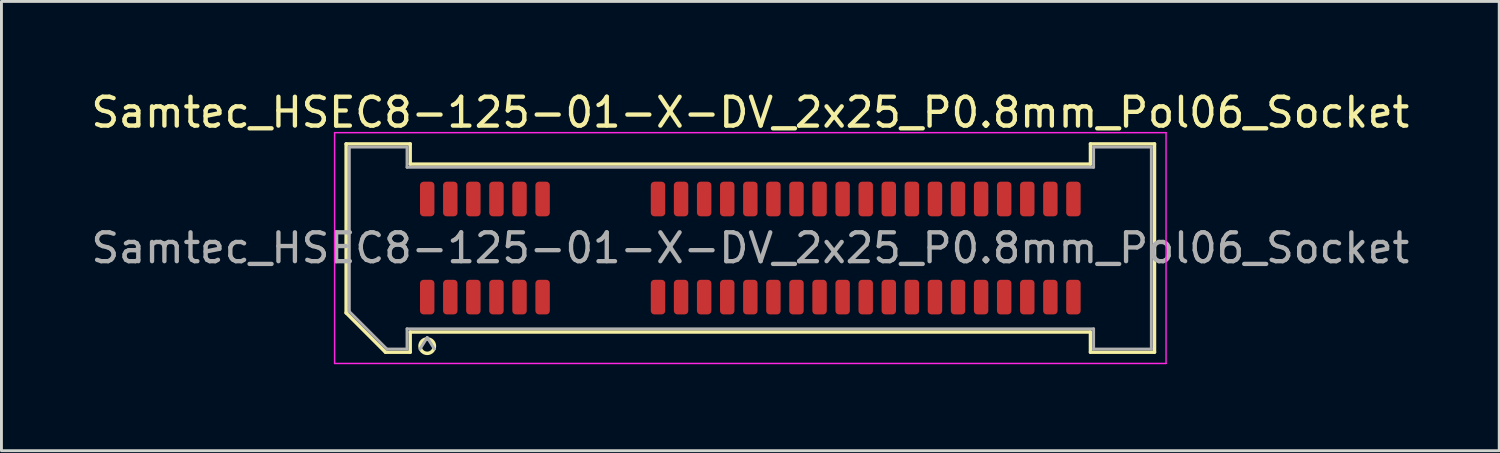
<source format=kicad_pcb>
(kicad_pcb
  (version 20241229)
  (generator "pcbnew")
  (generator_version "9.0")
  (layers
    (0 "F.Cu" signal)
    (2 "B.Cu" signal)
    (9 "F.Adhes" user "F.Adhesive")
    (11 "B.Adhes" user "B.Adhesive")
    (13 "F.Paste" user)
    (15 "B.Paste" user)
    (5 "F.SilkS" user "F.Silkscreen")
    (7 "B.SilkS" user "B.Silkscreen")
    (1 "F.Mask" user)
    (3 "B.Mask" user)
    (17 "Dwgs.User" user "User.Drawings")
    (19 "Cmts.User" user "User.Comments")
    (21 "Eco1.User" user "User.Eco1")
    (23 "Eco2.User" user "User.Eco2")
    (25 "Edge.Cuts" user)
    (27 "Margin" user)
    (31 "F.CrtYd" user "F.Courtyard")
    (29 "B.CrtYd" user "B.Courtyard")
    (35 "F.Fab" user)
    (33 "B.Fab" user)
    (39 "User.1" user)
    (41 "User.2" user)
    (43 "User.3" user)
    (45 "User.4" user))
  (footprint "Samtec_HSEC8-125-01-X-DV_2x25_P0.8mm_Pol06_Socket"
    (layer "F.Cu")
    (at 22.958 5.548)
    (property "Reference" "Samtec_HSEC8-125-01-X-DV_2x25_P0.8mm_Pol06_Socket" (at 0 -4.7 0) (layer "F.SilkS") (effects (font (size 1 1) (thickness 0.15))))
    (attr smd)
    (fp_line (start -14.01 -3.61) (end -11.79 -3.61) (stroke (width 0.12) (type solid)) (layer "F.SilkS"))
    (fp_line (start -14.01 2.246) (end -14.01 -3.61) (stroke (width 0.12) (type solid)) (layer "F.SilkS"))
    (fp_line (start -12.646 3.61) (end -14.01 2.246) (stroke (width 0.12) (type solid)) (layer "F.SilkS"))
    (fp_line (start -11.79 -3.61) (end -11.79 -2.91) (stroke (width 0.12) (type solid)) (layer "F.SilkS"))
    (fp_line (start -11.79 -2.91) (end 11.79 -2.91) (stroke (width 0.12) (type solid)) (layer "F.SilkS"))
    (fp_line (start -11.79 2.91) (end -11.79 3.61) (stroke (width 0.12) (type solid)) (layer "F.SilkS"))
    (fp_line (start -11.79 3.61) (end -12.646 3.61) (stroke (width 0.12) (type solid)) (layer "F.SilkS"))
    (fp_line (start 11.79 -3.61) (end 14.01 -3.61) (stroke (width 0.12) (type solid)) (layer "F.SilkS"))
    (fp_line (start 11.79 -2.91) (end 11.79 -3.61) (stroke (width 0.12) (type solid)) (layer "F.SilkS"))
    (fp_line (start 11.79 2.91) (end -11.79 2.91) (stroke (width 0.12) (type solid)) (layer "F.SilkS"))
    (fp_line (start 11.79 3.61) (end 11.79 2.91) (stroke (width 0.12) (type solid)) (layer "F.SilkS"))
    (fp_line (start 14.01 -3.61) (end 14.01 3.61) (stroke (width 0.12) (type solid)) (layer "F.SilkS"))
    (fp_line (start 14.01 3.61) (end 11.79 3.61) (stroke (width 0.12) (type solid)) (layer "F.SilkS"))
    (fp_arc (start -10.95 3.4) (mid -11.45 3.4) (end -10.95 3.4) (stroke (width 0.12) (type solid)) (layer "F.SilkS"))
    (fp_line (start -14.41 -4) (end -14.41 4) (stroke (width 0.05) (type solid)) (layer "F.CrtYd"))
    (fp_line (start -14.41 4) (end 14.41 4) (stroke (width 0.05) (type solid)) (layer "F.CrtYd"))
    (fp_line (start 14.41 -4) (end -14.41 -4) (stroke (width 0.05) (type solid)) (layer "F.CrtYd"))
    (fp_line (start 14.41 4) (end 14.41 -4) (stroke (width 0.05) (type solid)) (layer "F.CrtYd"))
    (fp_line (start -13.9 -3.5) (end -11.9 -3.5) (stroke (width 0.1) (type solid)) (layer "F.Fab"))
    (fp_line (start -13.9 2.2) (end -13.9 -3.5) (stroke (width 0.1) (type solid)) (layer "F.Fab"))
    (fp_line (start -12.6 3.5) (end -13.9 2.2) (stroke (width 0.1) (type solid)) (layer "F.Fab"))
    (fp_line (start -11.9 -3.5) (end -11.9 -2.8) (stroke (width 0.1) (type solid)) (layer "F.Fab"))
    (fp_line (start -11.9 -2.8) (end 11.9 -2.8) (stroke (width 0.1) (type solid)) (layer "F.Fab"))
    (fp_line (start -11.9 2.8) (end -11.9 3.5) (stroke (width 0.1) (type solid)) (layer "F.Fab"))
    (fp_line (start -11.9 3.5) (end -12.6 3.5) (stroke (width 0.1) (type solid)) (layer "F.Fab"))
    (fp_line (start -11.2 3.1) (end -11.45 3.5) (stroke (width 0.1) (type solid)) (layer "F.Fab"))
    (fp_line (start -11.2 3.1) (end -10.95 3.5) (stroke (width 0.1) (type solid)) (layer "F.Fab"))
    (fp_line (start 11.9 -3.5) (end 13.9 -3.5) (stroke (width 0.1) (type solid)) (layer "F.Fab"))
    (fp_line (start 11.9 -2.8) (end 11.9 -3.5) (stroke (width 0.1) (type solid)) (layer "F.Fab"))
    (fp_line (start 11.9 2.8) (end -11.9 2.8) (stroke (width 0.1) (type solid)) (layer "F.Fab"))
    (fp_line (start 11.9 3.5) (end 11.9 2.8) (stroke (width 0.1) (type solid)) (layer "F.Fab"))
    (fp_line (start 13.9 -3.5) (end 13.9 3.5) (stroke (width 0.1) (type solid)) (layer "F.Fab"))
    (fp_line (start 13.9 3.5) (end 11.9 3.5) (stroke (width 0.1) (type solid)) (layer "F.Fab"))
    (fp_text user "${REFERENCE}" (at 0 0 0) (layer "F.Fab") (effects (font (size 1 1) (thickness 0.15))))
    (pad "1" smd roundrect (at -11.2 1.7) (size 0.5 1.2) (layers "F.Cu" "F.Mask" "F.Paste") (roundrect_rratio 0.25))
    (pad "2" smd roundrect (at -11.2 -1.7) (size 0.5 1.2) (layers "F.Cu" "F.Mask" "F.Paste") (roundrect_rratio 0.25))
    (pad "3" smd roundrect (at -10.4 1.7) (size 0.5 1.2) (layers "F.Cu" "F.Mask" "F.Paste") (roundrect_rratio 0.25))
    (pad "4" smd roundrect (at -10.4 -1.7) (size 0.5 1.2) (layers "F.Cu" "F.Mask" "F.Paste") (roundrect_rratio 0.25))
    (pad "5" smd roundrect (at -9.6 1.7) (size 0.5 1.2) (layers "F.Cu" "F.Mask" "F.Paste") (roundrect_rratio 0.25))
    (pad "6" smd roundrect (at -9.6 -1.7) (size 0.5 1.2) (layers "F.Cu" "F.Mask" "F.Paste") (roundrect_rratio 0.25))
    (pad "7" smd roundrect (at -8.8 1.7) (size 0.5 1.2) (layers "F.Cu" "F.Mask" "F.Paste") (roundrect_rratio 0.25))
    (pad "8" smd roundrect (at -8.8 -1.7) (size 0.5 1.2) (layers "F.Cu" "F.Mask" "F.Paste") (roundrect_rratio 0.25))
    (pad "9" smd roundrect (at -8 1.7) (size 0.5 1.2) (layers "F.Cu" "F.Mask" "F.Paste") (roundrect_rratio 0.25))
    (pad "10" smd roundrect (at -8 -1.7) (size 0.5 1.2) (layers "F.Cu" "F.Mask" "F.Paste") (roundrect_rratio 0.25))
    (pad "11" smd roundrect (at -7.2 1.7) (size 0.5 1.2) (layers "F.Cu" "F.Mask" "F.Paste") (roundrect_rratio 0.25))
    (pad "12" smd roundrect (at -7.2 -1.7) (size 0.5 1.2) (layers "F.Cu" "F.Mask" "F.Paste") (roundrect_rratio 0.25))
    (pad "13" smd roundrect (at -3.2 1.7) (size 0.5 1.2) (layers "F.Cu" "F.Mask" "F.Paste") (roundrect_rratio 0.25))
    (pad "14" smd roundrect (at -3.2 -1.7) (size 0.5 1.2) (layers "F.Cu" "F.Mask" "F.Paste") (roundrect_rratio 0.25))
    (pad "15" smd roundrect (at -2.4 1.7) (size 0.5 1.2) (layers "F.Cu" "F.Mask" "F.Paste") (roundrect_rratio 0.25))
    (pad "16" smd roundrect (at -2.4 -1.7) (size 0.5 1.2) (layers "F.Cu" "F.Mask" "F.Paste") (roundrect_rratio 0.25))
    (pad "17" smd roundrect (at -1.6 1.7) (size 0.5 1.2) (layers "F.Cu" "F.Mask" "F.Paste") (roundrect_rratio 0.25))
    (pad "18" smd roundrect (at -1.6 -1.7) (size 0.5 1.2) (layers "F.Cu" "F.Mask" "F.Paste") (roundrect_rratio 0.25))
    (pad "19" smd roundrect (at -0.8 1.7) (size 0.5 1.2) (layers "F.Cu" "F.Mask" "F.Paste") (roundrect_rratio 0.25))
    (pad "20" smd roundrect (at -0.8 -1.7) (size 0.5 1.2) (layers "F.Cu" "F.Mask" "F.Paste") (roundrect_rratio 0.25))
    (pad "21" smd roundrect (at 0 1.7) (size 0.5 1.2) (layers "F.Cu" "F.Mask" "F.Paste") (roundrect_rratio 0.25))
    (pad "22" smd roundrect (at 0 -1.7) (size 0.5 1.2) (layers "F.Cu" "F.Mask" "F.Paste") (roundrect_rratio 0.25))
    (pad "23" smd roundrect (at 0.8 1.7) (size 0.5 1.2) (layers "F.Cu" "F.Mask" "F.Paste") (roundrect_rratio 0.25))
    (pad "24" smd roundrect (at 0.8 -1.7) (size 0.5 1.2) (layers "F.Cu" "F.Mask" "F.Paste") (roundrect_rratio 0.25))
    (pad "25" smd roundrect (at 1.6 1.7) (size 0.5 1.2) (layers "F.Cu" "F.Mask" "F.Paste") (roundrect_rratio 0.25))
    (pad "26" smd roundrect (at 1.6 -1.7) (size 0.5 1.2) (layers "F.Cu" "F.Mask" "F.Paste") (roundrect_rratio 0.25))
    (pad "27" smd roundrect (at 2.4 1.7) (size 0.5 1.2) (layers "F.Cu" "F.Mask" "F.Paste") (roundrect_rratio 0.25))
    (pad "28" smd roundrect (at 2.4 -1.7) (size 0.5 1.2) (layers "F.Cu" "F.Mask" "F.Paste") (roundrect_rratio 0.25))
    (pad "29" smd roundrect (at 3.2 1.7) (size 0.5 1.2) (layers "F.Cu" "F.Mask" "F.Paste") (roundrect_rratio 0.25))
    (pad "30" smd roundrect (at 3.2 -1.7) (size 0.5 1.2) (layers "F.Cu" "F.Mask" "F.Paste") (roundrect_rratio 0.25))
    (pad "31" smd roundrect (at 4 1.7) (size 0.5 1.2) (layers "F.Cu" "F.Mask" "F.Paste") (roundrect_rratio 0.25))
    (pad "32" smd roundrect (at 4 -1.7) (size 0.5 1.2) (layers "F.Cu" "F.Mask" "F.Paste") (roundrect_rratio 0.25))
    (pad "33" smd roundrect (at 4.8 1.7) (size 0.5 1.2) (layers "F.Cu" "F.Mask" "F.Paste") (roundrect_rratio 0.25))
    (pad "34" smd roundrect (at 4.8 -1.7) (size 0.5 1.2) (layers "F.Cu" "F.Mask" "F.Paste") (roundrect_rratio 0.25))
    (pad "35" smd roundrect (at 5.6 1.7) (size 0.5 1.2) (layers "F.Cu" "F.Mask" "F.Paste") (roundrect_rratio 0.25))
    (pad "36" smd roundrect (at 5.6 -1.7) (size 0.5 1.2) (layers "F.Cu" "F.Mask" "F.Paste") (roundrect_rratio 0.25))
    (pad "37" smd roundrect (at 6.4 1.7) (size 0.5 1.2) (layers "F.Cu" "F.Mask" "F.Paste") (roundrect_rratio 0.25))
    (pad "38" smd roundrect (at 6.4 -1.7) (size 0.5 1.2) (layers "F.Cu" "F.Mask" "F.Paste") (roundrect_rratio 0.25))
    (pad "39" smd roundrect (at 7.2 1.7) (size 0.5 1.2) (layers "F.Cu" "F.Mask" "F.Paste") (roundrect_rratio 0.25))
    (pad "40" smd roundrect (at 7.2 -1.7) (size 0.5 1.2) (layers "F.Cu" "F.Mask" "F.Paste") (roundrect_rratio 0.25))
    (pad "41" smd roundrect (at 8 1.7) (size 0.5 1.2) (layers "F.Cu" "F.Mask" "F.Paste") (roundrect_rratio 0.25))
    (pad "42" smd roundrect (at 8 -1.7) (size 0.5 1.2) (layers "F.Cu" "F.Mask" "F.Paste") (roundrect_rratio 0.25))
    (pad "43" smd roundrect (at 8.8 1.7) (size 0.5 1.2) (layers "F.Cu" "F.Mask" "F.Paste") (roundrect_rratio 0.25))
    (pad "44" smd roundrect (at 8.8 -1.7) (size 0.5 1.2) (layers "F.Cu" "F.Mask" "F.Paste") (roundrect_rratio 0.25))
    (pad "45" smd roundrect (at 9.6 1.7) (size 0.5 1.2) (layers "F.Cu" "F.Mask" "F.Paste") (roundrect_rratio 0.25))
    (pad "46" smd roundrect (at 9.6 -1.7) (size 0.5 1.2) (layers "F.Cu" "F.Mask" "F.Paste") (roundrect_rratio 0.25))
    (pad "47" smd roundrect (at 10.4 1.7) (size 0.5 1.2) (layers "F.Cu" "F.Mask" "F.Paste") (roundrect_rratio 0.25))
    (pad "48" smd roundrect (at 10.4 -1.7) (size 0.5 1.2) (layers "F.Cu" "F.Mask" "F.Paste") (roundrect_rratio 0.25))
    (pad "49" smd roundrect (at 11.2 1.7) (size 0.5 1.2) (layers "F.Cu" "F.Mask" "F.Paste") (roundrect_rratio 0.25))
    (pad "50" smd roundrect (at 11.2 -1.7) (size 0.5 1.2) (layers "F.Cu" "F.Mask" "F.Paste") (roundrect_rratio 0.25)))
  (gr_rect
    (start -3 -3)
    (end 48.917 12.573)
    (stroke (width 0.1) (type default))
    (fill no)
    (layer "Edge.Cuts")))
</source>
